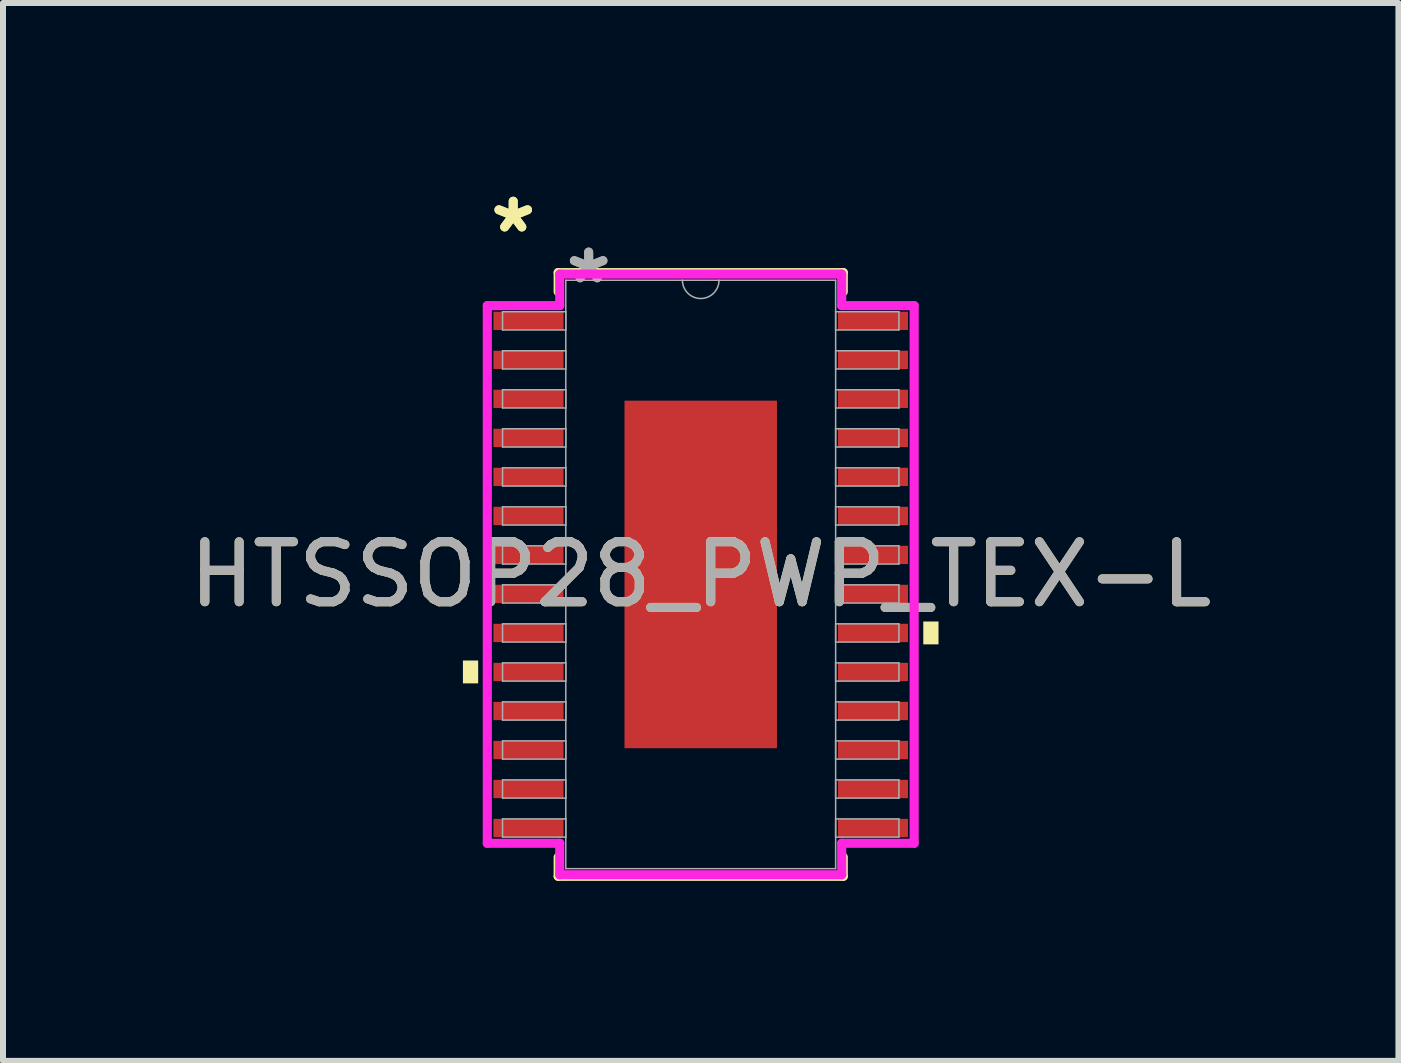
<source format=kicad_pcb>
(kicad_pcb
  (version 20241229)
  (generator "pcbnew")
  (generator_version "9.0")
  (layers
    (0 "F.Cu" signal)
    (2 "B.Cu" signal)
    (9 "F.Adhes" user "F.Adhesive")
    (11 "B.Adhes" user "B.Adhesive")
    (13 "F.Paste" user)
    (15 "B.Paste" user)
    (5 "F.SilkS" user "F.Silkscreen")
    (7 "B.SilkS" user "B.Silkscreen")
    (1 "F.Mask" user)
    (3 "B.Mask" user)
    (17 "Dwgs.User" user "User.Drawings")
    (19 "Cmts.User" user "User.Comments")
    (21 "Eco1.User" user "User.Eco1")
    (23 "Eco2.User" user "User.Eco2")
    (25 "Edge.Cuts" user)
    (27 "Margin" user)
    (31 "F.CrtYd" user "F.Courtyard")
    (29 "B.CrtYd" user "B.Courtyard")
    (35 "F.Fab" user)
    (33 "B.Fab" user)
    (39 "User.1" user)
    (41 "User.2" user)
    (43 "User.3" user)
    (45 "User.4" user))
  (footprint "HTSSOP28_PWP_TEX-L"
    (layer "F.Cu")
    (at 8.625 6.521)
    (property "Reference" "HTSSOP28_PWP_TEX-L" (at 0 0 0) (unlocked yes) (layer "F.SilkS") (effects (font (size 1 1) (thickness 0.15))))
    (attr smd)
    (fp_line (start -2.375 -5.029) (end -2.375 -4.71) (stroke (width 0.152) (type solid)) (layer "F.SilkS"))
    (fp_line (start -2.375 4.71) (end -2.375 5.029) (stroke (width 0.152) (type solid)) (layer "F.SilkS"))
    (fp_line (start -2.375 5.029) (end 2.375 5.029) (stroke (width 0.152) (type solid)) (layer "F.SilkS"))
    (fp_line (start 2.375 -5.029) (end -2.375 -5.029) (stroke (width 0.152) (type solid)) (layer "F.SilkS"))
    (fp_line (start 2.375 -4.71) (end 2.375 -5.029) (stroke (width 0.152) (type solid)) (layer "F.SilkS"))
    (fp_line (start 2.375 5.029) (end 2.375 4.71) (stroke (width 0.152) (type solid)) (layer "F.SilkS"))
    (fp_poly (pts (xy -3.962 1.434) (xy -3.962 1.815) (xy -3.708 1.815) (xy -3.708 1.434)) (stroke (width 0) (type solid)) (fill yes) (layer "F.SilkS"))
    (fp_poly (pts (xy 3.962 0.784) (xy 3.962 1.165) (xy 3.708 1.165) (xy 3.708 0.784)) (stroke (width 0) (type solid)) (fill yes) (layer "F.SilkS"))
    (fp_poly (pts (xy -1.17 -2.796) (xy -1.17 -1.548) (xy -0.1 -1.548) (xy -0.1 -2.796)) (stroke (width 0) (type solid)) (fill yes) (layer "F.Paste"))
    (fp_poly (pts (xy -1.17 -1.348) (xy -1.17 -0.1) (xy -0.1 -0.1) (xy -0.1 -1.348)) (stroke (width 0) (type solid)) (fill yes) (layer "F.Paste"))
    (fp_poly (pts (xy -1.17 0.1) (xy -1.17 1.348) (xy -0.1 1.348) (xy -0.1 0.1)) (stroke (width 0) (type solid)) (fill yes) (layer "F.Paste"))
    (fp_poly (pts (xy -1.17 1.548) (xy -1.17 2.796) (xy -0.1 2.796) (xy -0.1 1.548)) (stroke (width 0) (type solid)) (fill yes) (layer "F.Paste"))
    (fp_poly (pts (xy 0.1 -2.796) (xy 0.1 -1.548) (xy 1.17 -1.548) (xy 1.17 -2.796)) (stroke (width 0) (type solid)) (fill yes) (layer "F.Paste"))
    (fp_poly (pts (xy 0.1 -1.348) (xy 0.1 -0.1) (xy 1.17 -0.1) (xy 1.17 -1.348)) (stroke (width 0) (type solid)) (fill yes) (layer "F.Paste"))
    (fp_poly (pts (xy 0.1 0.1) (xy 0.1 1.348) (xy 1.17 1.348) (xy 1.17 0.1)) (stroke (width 0) (type solid)) (fill yes) (layer "F.Paste"))
    (fp_poly (pts (xy 0.1 1.548) (xy 0.1 2.796) (xy 1.17 2.796) (xy 1.17 1.548)) (stroke (width 0) (type solid)) (fill yes) (layer "F.Paste"))
    (fp_line (start -3.556 -4.479) (end -2.349 -4.479) (stroke (width 0.152) (type solid)) (layer "F.CrtYd"))
    (fp_line (start -3.556 4.479) (end -3.556 -4.479) (stroke (width 0.152) (type solid)) (layer "F.CrtYd"))
    (fp_line (start -3.556 4.479) (end -2.349 4.479) (stroke (width 0.152) (type solid)) (layer "F.CrtYd"))
    (fp_line (start -2.349 -5.004) (end 2.349 -5.004) (stroke (width 0.152) (type solid)) (layer "F.CrtYd"))
    (fp_line (start -2.349 -4.479) (end -2.349 -5.004) (stroke (width 0.152) (type solid)) (layer "F.CrtYd"))
    (fp_line (start -2.349 5.004) (end -2.349 4.479) (stroke (width 0.152) (type solid)) (layer "F.CrtYd"))
    (fp_line (start 2.349 -5.004) (end 2.349 -4.479) (stroke (width 0.152) (type solid)) (layer "F.CrtYd"))
    (fp_line (start 2.349 4.479) (end 2.349 5.004) (stroke (width 0.152) (type solid)) (layer "F.CrtYd"))
    (fp_line (start 2.349 5.004) (end -2.349 5.004) (stroke (width 0.152) (type solid)) (layer "F.CrtYd"))
    (fp_line (start 3.556 -4.479) (end 2.349 -4.479) (stroke (width 0.152) (type solid)) (layer "F.CrtYd"))
    (fp_line (start 3.556 -4.479) (end 3.556 4.479) (stroke (width 0.152) (type solid)) (layer "F.CrtYd"))
    (fp_line (start 3.556 4.479) (end 2.349 4.479) (stroke (width 0.152) (type solid)) (layer "F.CrtYd"))
    (fp_line (start -3.302 -4.377) (end -3.302 -4.073) (stroke (width 0.025) (type solid)) (layer "F.Fab"))
    (fp_line (start -3.302 -4.073) (end -2.248 -4.073) (stroke (width 0.025) (type solid)) (layer "F.Fab"))
    (fp_line (start -3.302 -3.727) (end -3.302 -3.423) (stroke (width 0.025) (type solid)) (layer "F.Fab"))
    (fp_line (start -3.302 -3.423) (end -2.248 -3.423) (stroke (width 0.025) (type solid)) (layer "F.Fab"))
    (fp_line (start -3.302 -3.077) (end -3.302 -2.773) (stroke (width 0.025) (type solid)) (layer "F.Fab"))
    (fp_line (start -3.302 -2.773) (end -2.248 -2.773) (stroke (width 0.025) (type solid)) (layer "F.Fab"))
    (fp_line (start -3.302 -2.427) (end -3.302 -2.123) (stroke (width 0.025) (type solid)) (layer "F.Fab"))
    (fp_line (start -3.302 -2.123) (end -2.248 -2.123) (stroke (width 0.025) (type solid)) (layer "F.Fab"))
    (fp_line (start -3.302 -1.777) (end -3.302 -1.473) (stroke (width 0.025) (type solid)) (layer "F.Fab"))
    (fp_line (start -3.302 -1.473) (end -2.248 -1.473) (stroke (width 0.025) (type solid)) (layer "F.Fab"))
    (fp_line (start -3.302 -1.127) (end -3.302 -0.823) (stroke (width 0.025) (type solid)) (layer "F.Fab"))
    (fp_line (start -3.302 -0.823) (end -2.248 -0.823) (stroke (width 0.025) (type solid)) (layer "F.Fab"))
    (fp_line (start -3.302 -0.477) (end -3.302 -0.173) (stroke (width 0.025) (type solid)) (layer "F.Fab"))
    (fp_line (start -3.302 -0.173) (end -2.248 -0.173) (stroke (width 0.025) (type solid)) (layer "F.Fab"))
    (fp_line (start -3.302 0.173) (end -3.302 0.477) (stroke (width 0.025) (type solid)) (layer "F.Fab"))
    (fp_line (start -3.302 0.477) (end -2.248 0.477) (stroke (width 0.025) (type solid)) (layer "F.Fab"))
    (fp_line (start -3.302 0.823) (end -3.302 1.127) (stroke (width 0.025) (type solid)) (layer "F.Fab"))
    (fp_line (start -3.302 1.127) (end -2.248 1.127) (stroke (width 0.025) (type solid)) (layer "F.Fab"))
    (fp_line (start -3.302 1.473) (end -3.302 1.777) (stroke (width 0.025) (type solid)) (layer "F.Fab"))
    (fp_line (start -3.302 1.777) (end -2.248 1.777) (stroke (width 0.025) (type solid)) (layer "F.Fab"))
    (fp_line (start -3.302 2.123) (end -3.302 2.427) (stroke (width 0.025) (type solid)) (layer "F.Fab"))
    (fp_line (start -3.302 2.427) (end -2.248 2.427) (stroke (width 0.025) (type solid)) (layer "F.Fab"))
    (fp_line (start -3.302 2.773) (end -3.302 3.077) (stroke (width 0.025) (type solid)) (layer "F.Fab"))
    (fp_line (start -3.302 3.077) (end -2.248 3.077) (stroke (width 0.025) (type solid)) (layer "F.Fab"))
    (fp_line (start -3.302 3.423) (end -3.302 3.727) (stroke (width 0.025) (type solid)) (layer "F.Fab"))
    (fp_line (start -3.302 3.727) (end -2.248 3.727) (stroke (width 0.025) (type solid)) (layer "F.Fab"))
    (fp_line (start -3.302 4.073) (end -3.302 4.377) (stroke (width 0.025) (type solid)) (layer "F.Fab"))
    (fp_line (start -3.302 4.377) (end -2.248 4.377) (stroke (width 0.025) (type solid)) (layer "F.Fab"))
    (fp_line (start -2.248 -4.902) (end -2.248 4.902) (stroke (width 0.025) (type solid)) (layer "F.Fab"))
    (fp_line (start -2.248 -4.377) (end -3.302 -4.377) (stroke (width 0.025) (type solid)) (layer "F.Fab"))
    (fp_line (start -2.248 -4.073) (end -2.248 -4.377) (stroke (width 0.025) (type solid)) (layer "F.Fab"))
    (fp_line (start -2.248 -3.727) (end -3.302 -3.727) (stroke (width 0.025) (type solid)) (layer "F.Fab"))
    (fp_line (start -2.248 -3.423) (end -2.248 -3.727) (stroke (width 0.025) (type solid)) (layer "F.Fab"))
    (fp_line (start -2.248 -3.077) (end -3.302 -3.077) (stroke (width 0.025) (type solid)) (layer "F.Fab"))
    (fp_line (start -2.248 -2.773) (end -2.248 -3.077) (stroke (width 0.025) (type solid)) (layer "F.Fab"))
    (fp_line (start -2.248 -2.427) (end -3.302 -2.427) (stroke (width 0.025) (type solid)) (layer "F.Fab"))
    (fp_line (start -2.248 -2.123) (end -2.248 -2.427) (stroke (width 0.025) (type solid)) (layer "F.Fab"))
    (fp_line (start -2.248 -1.777) (end -3.302 -1.777) (stroke (width 0.025) (type solid)) (layer "F.Fab"))
    (fp_line (start -2.248 -1.473) (end -2.248 -1.777) (stroke (width 0.025) (type solid)) (layer "F.Fab"))
    (fp_line (start -2.248 -1.127) (end -3.302 -1.127) (stroke (width 0.025) (type solid)) (layer "F.Fab"))
    (fp_line (start -2.248 -0.823) (end -2.248 -1.127) (stroke (width 0.025) (type solid)) (layer "F.Fab"))
    (fp_line (start -2.248 -0.477) (end -3.302 -0.477) (stroke (width 0.025) (type solid)) (layer "F.Fab"))
    (fp_line (start -2.248 -0.173) (end -2.248 -0.477) (stroke (width 0.025) (type solid)) (layer "F.Fab"))
    (fp_line (start -2.248 0.173) (end -3.302 0.173) (stroke (width 0.025) (type solid)) (layer "F.Fab"))
    (fp_line (start -2.248 0.477) (end -2.248 0.173) (stroke (width 0.025) (type solid)) (layer "F.Fab"))
    (fp_line (start -2.248 0.823) (end -3.302 0.823) (stroke (width 0.025) (type solid)) (layer "F.Fab"))
    (fp_line (start -2.248 1.127) (end -2.248 0.823) (stroke (width 0.025) (type solid)) (layer "F.Fab"))
    (fp_line (start -2.248 1.473) (end -3.302 1.473) (stroke (width 0.025) (type solid)) (layer "F.Fab"))
    (fp_line (start -2.248 1.777) (end -2.248 1.473) (stroke (width 0.025) (type solid)) (layer "F.Fab"))
    (fp_line (start -2.248 2.123) (end -3.302 2.123) (stroke (width 0.025) (type solid)) (layer "F.Fab"))
    (fp_line (start -2.248 2.427) (end -2.248 2.123) (stroke (width 0.025) (type solid)) (layer "F.Fab"))
    (fp_line (start -2.248 2.773) (end -3.302 2.773) (stroke (width 0.025) (type solid)) (layer "F.Fab"))
    (fp_line (start -2.248 3.077) (end -2.248 2.773) (stroke (width 0.025) (type solid)) (layer "F.Fab"))
    (fp_line (start -2.248 3.423) (end -3.302 3.423) (stroke (width 0.025) (type solid)) (layer "F.Fab"))
    (fp_line (start -2.248 3.727) (end -2.248 3.423) (stroke (width 0.025) (type solid)) (layer "F.Fab"))
    (fp_line (start -2.248 4.073) (end -3.302 4.073) (stroke (width 0.025) (type solid)) (layer "F.Fab"))
    (fp_line (start -2.248 4.377) (end -2.248 4.073) (stroke (width 0.025) (type solid)) (layer "F.Fab"))
    (fp_line (start -2.248 4.902) (end 2.248 4.902) (stroke (width 0.025) (type solid)) (layer "F.Fab"))
    (fp_line (start 2.248 -4.902) (end -2.248 -4.902) (stroke (width 0.025) (type solid)) (layer "F.Fab"))
    (fp_line (start 2.248 -4.377) (end 2.248 -4.073) (stroke (width 0.025) (type solid)) (layer "F.Fab"))
    (fp_line (start 2.248 -4.073) (end 3.302 -4.073) (stroke (width 0.025) (type solid)) (layer "F.Fab"))
    (fp_line (start 2.248 -3.727) (end 2.248 -3.423) (stroke (width 0.025) (type solid)) (layer "F.Fab"))
    (fp_line (start 2.248 -3.423) (end 3.302 -3.423) (stroke (width 0.025) (type solid)) (layer "F.Fab"))
    (fp_line (start 2.248 -3.077) (end 2.248 -2.773) (stroke (width 0.025) (type solid)) (layer "F.Fab"))
    (fp_line (start 2.248 -2.773) (end 3.302 -2.773) (stroke (width 0.025) (type solid)) (layer "F.Fab"))
    (fp_line (start 2.248 -2.427) (end 2.248 -2.123) (stroke (width 0.025) (type solid)) (layer "F.Fab"))
    (fp_line (start 2.248 -2.123) (end 3.302 -2.123) (stroke (width 0.025) (type solid)) (layer "F.Fab"))
    (fp_line (start 2.248 -1.777) (end 2.248 -1.473) (stroke (width 0.025) (type solid)) (layer "F.Fab"))
    (fp_line (start 2.248 -1.473) (end 3.302 -1.473) (stroke (width 0.025) (type solid)) (layer "F.Fab"))
    (fp_line (start 2.248 -1.127) (end 2.248 -0.823) (stroke (width 0.025) (type solid)) (layer "F.Fab"))
    (fp_line (start 2.248 -0.823) (end 3.302 -0.823) (stroke (width 0.025) (type solid)) (layer "F.Fab"))
    (fp_line (start 2.248 -0.477) (end 2.248 -0.173) (stroke (width 0.025) (type solid)) (layer "F.Fab"))
    (fp_line (start 2.248 -0.173) (end 3.302 -0.173) (stroke (width 0.025) (type solid)) (layer "F.Fab"))
    (fp_line (start 2.248 0.173) (end 2.248 0.477) (stroke (width 0.025) (type solid)) (layer "F.Fab"))
    (fp_line (start 2.248 0.477) (end 3.302 0.477) (stroke (width 0.025) (type solid)) (layer "F.Fab"))
    (fp_line (start 2.248 0.823) (end 2.248 1.127) (stroke (width 0.025) (type solid)) (layer "F.Fab"))
    (fp_line (start 2.248 1.127) (end 3.302 1.127) (stroke (width 0.025) (type solid)) (layer "F.Fab"))
    (fp_line (start 2.248 1.473) (end 2.248 1.777) (stroke (width 0.025) (type solid)) (layer "F.Fab"))
    (fp_line (start 2.248 1.777) (end 3.302 1.777) (stroke (width 0.025) (type solid)) (layer "F.Fab"))
    (fp_line (start 2.248 2.123) (end 2.248 2.427) (stroke (width 0.025) (type solid)) (layer "F.Fab"))
    (fp_line (start 2.248 2.427) (end 3.302 2.427) (stroke (width 0.025) (type solid)) (layer "F.Fab"))
    (fp_line (start 2.248 2.773) (end 2.248 3.077) (stroke (width 0.025) (type solid)) (layer "F.Fab"))
    (fp_line (start 2.248 3.077) (end 3.302 3.077) (stroke (width 0.025) (type solid)) (layer "F.Fab"))
    (fp_line (start 2.248 3.423) (end 2.248 3.727) (stroke (width 0.025) (type solid)) (layer "F.Fab"))
    (fp_line (start 2.248 3.727) (end 3.302 3.727) (stroke (width 0.025) (type solid)) (layer "F.Fab"))
    (fp_line (start 2.248 4.073) (end 2.248 4.377) (stroke (width 0.025) (type solid)) (layer "F.Fab"))
    (fp_line (start 2.248 4.377) (end 3.302 4.377) (stroke (width 0.025) (type solid)) (layer "F.Fab"))
    (fp_line (start 2.248 4.902) (end 2.248 -4.902) (stroke (width 0.025) (type solid)) (layer "F.Fab"))
    (fp_line (start 3.302 -4.377) (end 2.248 -4.377) (stroke (width 0.025) (type solid)) (layer "F.Fab"))
    (fp_line (start 3.302 -4.073) (end 3.302 -4.377) (stroke (width 0.025) (type solid)) (layer "F.Fab"))
    (fp_line (start 3.302 -3.727) (end 2.248 -3.727) (stroke (width 0.025) (type solid)) (layer "F.Fab"))
    (fp_line (start 3.302 -3.423) (end 3.302 -3.727) (stroke (width 0.025) (type solid)) (layer "F.Fab"))
    (fp_line (start 3.302 -3.077) (end 2.248 -3.077) (stroke (width 0.025) (type solid)) (layer "F.Fab"))
    (fp_line (start 3.302 -2.773) (end 3.302 -3.077) (stroke (width 0.025) (type solid)) (layer "F.Fab"))
    (fp_line (start 3.302 -2.427) (end 2.248 -2.427) (stroke (width 0.025) (type solid)) (layer "F.Fab"))
    (fp_line (start 3.302 -2.123) (end 3.302 -2.427) (stroke (width 0.025) (type solid)) (layer "F.Fab"))
    (fp_line (start 3.302 -1.777) (end 2.248 -1.777) (stroke (width 0.025) (type solid)) (layer "F.Fab"))
    (fp_line (start 3.302 -1.473) (end 3.302 -1.777) (stroke (width 0.025) (type solid)) (layer "F.Fab"))
    (fp_line (start 3.302 -1.127) (end 2.248 -1.127) (stroke (width 0.025) (type solid)) (layer "F.Fab"))
    (fp_line (start 3.302 -0.823) (end 3.302 -1.127) (stroke (width 0.025) (type solid)) (layer "F.Fab"))
    (fp_line (start 3.302 -0.477) (end 2.248 -0.477) (stroke (width 0.025) (type solid)) (layer "F.Fab"))
    (fp_line (start 3.302 -0.173) (end 3.302 -0.477) (stroke (width 0.025) (type solid)) (layer "F.Fab"))
    (fp_line (start 3.302 0.173) (end 2.248 0.173) (stroke (width 0.025) (type solid)) (layer "F.Fab"))
    (fp_line (start 3.302 0.477) (end 3.302 0.173) (stroke (width 0.025) (type solid)) (layer "F.Fab"))
    (fp_line (start 3.302 0.823) (end 2.248 0.823) (stroke (width 0.025) (type solid)) (layer "F.Fab"))
    (fp_line (start 3.302 1.127) (end 3.302 0.823) (stroke (width 0.025) (type solid)) (layer "F.Fab"))
    (fp_line (start 3.302 1.473) (end 2.248 1.473) (stroke (width 0.025) (type solid)) (layer "F.Fab"))
    (fp_line (start 3.302 1.777) (end 3.302 1.473) (stroke (width 0.025) (type solid)) (layer "F.Fab"))
    (fp_line (start 3.302 2.123) (end 2.248 2.123) (stroke (width 0.025) (type solid)) (layer "F.Fab"))
    (fp_line (start 3.302 2.427) (end 3.302 2.123) (stroke (width 0.025) (type solid)) (layer "F.Fab"))
    (fp_line (start 3.302 2.773) (end 2.248 2.773) (stroke (width 0.025) (type solid)) (layer "F.Fab"))
    (fp_line (start 3.302 3.077) (end 3.302 2.773) (stroke (width 0.025) (type solid)) (layer "F.Fab"))
    (fp_line (start 3.302 3.423) (end 2.248 3.423) (stroke (width 0.025) (type solid)) (layer "F.Fab"))
    (fp_line (start 3.302 3.727) (end 3.302 3.423) (stroke (width 0.025) (type solid)) (layer "F.Fab"))
    (fp_line (start 3.302 4.073) (end 2.248 4.073) (stroke (width 0.025) (type solid)) (layer "F.Fab"))
    (fp_line (start 3.302 4.377) (end 3.302 4.073) (stroke (width 0.025) (type solid)) (layer "F.Fab"))
    (fp_arc (start 0.3048 -4.9022) (mid 0 -4.5974) (end -0.3048 -4.9022) (stroke (width 0.0254) (type solid)) (layer "F.Fab"))
    (fp_text user "*" (at -3.124 -5.673 0) (unlocked yes) (layer "F.SilkS") (effects (font (size 1 1) (thickness 0.15))))
    (fp_text user "*" (at -3.124 -5.673 0) (layer "F.SilkS") (effects (font (size 1 1) (thickness 0.15))))
    (fp_text user "*" (at -1.867 -4.826 0) (unlocked yes) (layer "F.Fab") (effects (font (size 1 1) (thickness 0.15))))
    (fp_text user "*" (at -1.867 -4.826 0) (layer "F.Fab") (effects (font (size 1 1) (thickness 0.15))))
    (fp_text user "${REFERENCE}" (at 0 0 0) (unlocked yes) (layer "F.Fab") (effects (font (size 1 1) (thickness 0.15))))
    (pad "1" smd rect (at -2.87 -4.225) (size 1.168 0.305) (layers "F.Cu" "F.Mask" "F.Paste"))
    (pad "2" smd rect (at -2.87 -3.575) (size 1.168 0.305) (layers "F.Cu" "F.Mask" "F.Paste"))
    (pad "3" smd rect (at -2.87 -2.925) (size 1.168 0.305) (layers "F.Cu" "F.Mask" "F.Paste"))
    (pad "4" smd rect (at -2.87 -2.275) (size 1.168 0.305) (layers "F.Cu" "F.Mask" "F.Paste"))
    (pad "5" smd rect (at -2.87 -1.625) (size 1.168 0.305) (layers "F.Cu" "F.Mask" "F.Paste"))
    (pad "6" smd rect (at -2.87 -0.975) (size 1.168 0.305) (layers "F.Cu" "F.Mask" "F.Paste"))
    (pad "7" smd rect (at -2.87 -0.325) (size 1.168 0.305) (layers "F.Cu" "F.Mask" "F.Paste"))
    (pad "8" smd rect (at -2.87 0.325) (size 1.168 0.305) (layers "F.Cu" "F.Mask" "F.Paste"))
    (pad "9" smd rect (at -2.87 0.975) (size 1.168 0.305) (layers "F.Cu" "F.Mask" "F.Paste"))
    (pad "10" smd rect (at -2.87 1.625) (size 1.168 0.305) (layers "F.Cu" "F.Mask" "F.Paste"))
    (pad "11" smd rect (at -2.87 2.275) (size 1.168 0.305) (layers "F.Cu" "F.Mask" "F.Paste"))
    (pad "12" smd rect (at -2.87 2.925) (size 1.168 0.305) (layers "F.Cu" "F.Mask" "F.Paste"))
    (pad "13" smd rect (at -2.87 3.575) (size 1.168 0.305) (layers "F.Cu" "F.Mask" "F.Paste"))
    (pad "14" smd rect (at -2.87 4.225) (size 1.168 0.305) (layers "F.Cu" "F.Mask" "F.Paste"))
    (pad "15" smd rect (at 2.87 4.225) (size 1.168 0.305) (layers "F.Cu" "F.Mask" "F.Paste"))
    (pad "16" smd rect (at 2.87 3.575) (size 1.168 0.305) (layers "F.Cu" "F.Mask" "F.Paste"))
    (pad "17" smd rect (at 2.87 2.925) (size 1.168 0.305) (layers "F.Cu" "F.Mask" "F.Paste"))
    (pad "18" smd rect (at 2.87 2.275) (size 1.168 0.305) (layers "F.Cu" "F.Mask" "F.Paste"))
    (pad "19" smd rect (at 2.87 1.625) (size 1.168 0.305) (layers "F.Cu" "F.Mask" "F.Paste"))
    (pad "20" smd rect (at 2.87 0.975) (size 1.168 0.305) (layers "F.Cu" "F.Mask" "F.Paste"))
    (pad "21" smd rect (at 2.87 0.325) (size 1.168 0.305) (layers "F.Cu" "F.Mask" "F.Paste"))
    (pad "22" smd rect (at 2.87 -0.325) (size 1.168 0.305) (layers "F.Cu" "F.Mask" "F.Paste"))
    (pad "23" smd rect (at 2.87 -0.975) (size 1.168 0.305) (layers "F.Cu" "F.Mask" "F.Paste"))
    (pad "24" smd rect (at 2.87 -1.625) (size 1.168 0.305) (layers "F.Cu" "F.Mask" "F.Paste"))
    (pad "25" smd rect (at 2.87 -2.275) (size 1.168 0.305) (layers "F.Cu" "F.Mask" "F.Paste"))
    (pad "26" smd rect (at 2.87 -2.925) (size 1.168 0.305) (layers "F.Cu" "F.Mask" "F.Paste"))
    (pad "27" smd rect (at 2.87 -3.575) (size 1.168 0.305) (layers "F.Cu" "F.Mask" "F.Paste"))
    (pad "28" smd rect (at 2.87 -4.225) (size 1.168 0.305) (layers "F.Cu" "F.Mask" "F.Paste"))
    (pad "EPAD" smd rect (at 0 0) (size 2.54 5.791) (layers "F.Cu" "F.Mask")))
  (gr_rect
    (start -3 -3)
    (end 20.25 14.626)
    (stroke (width 0.1) (type default))
    (fill no)
    (layer "Edge.Cuts")))
</source>
